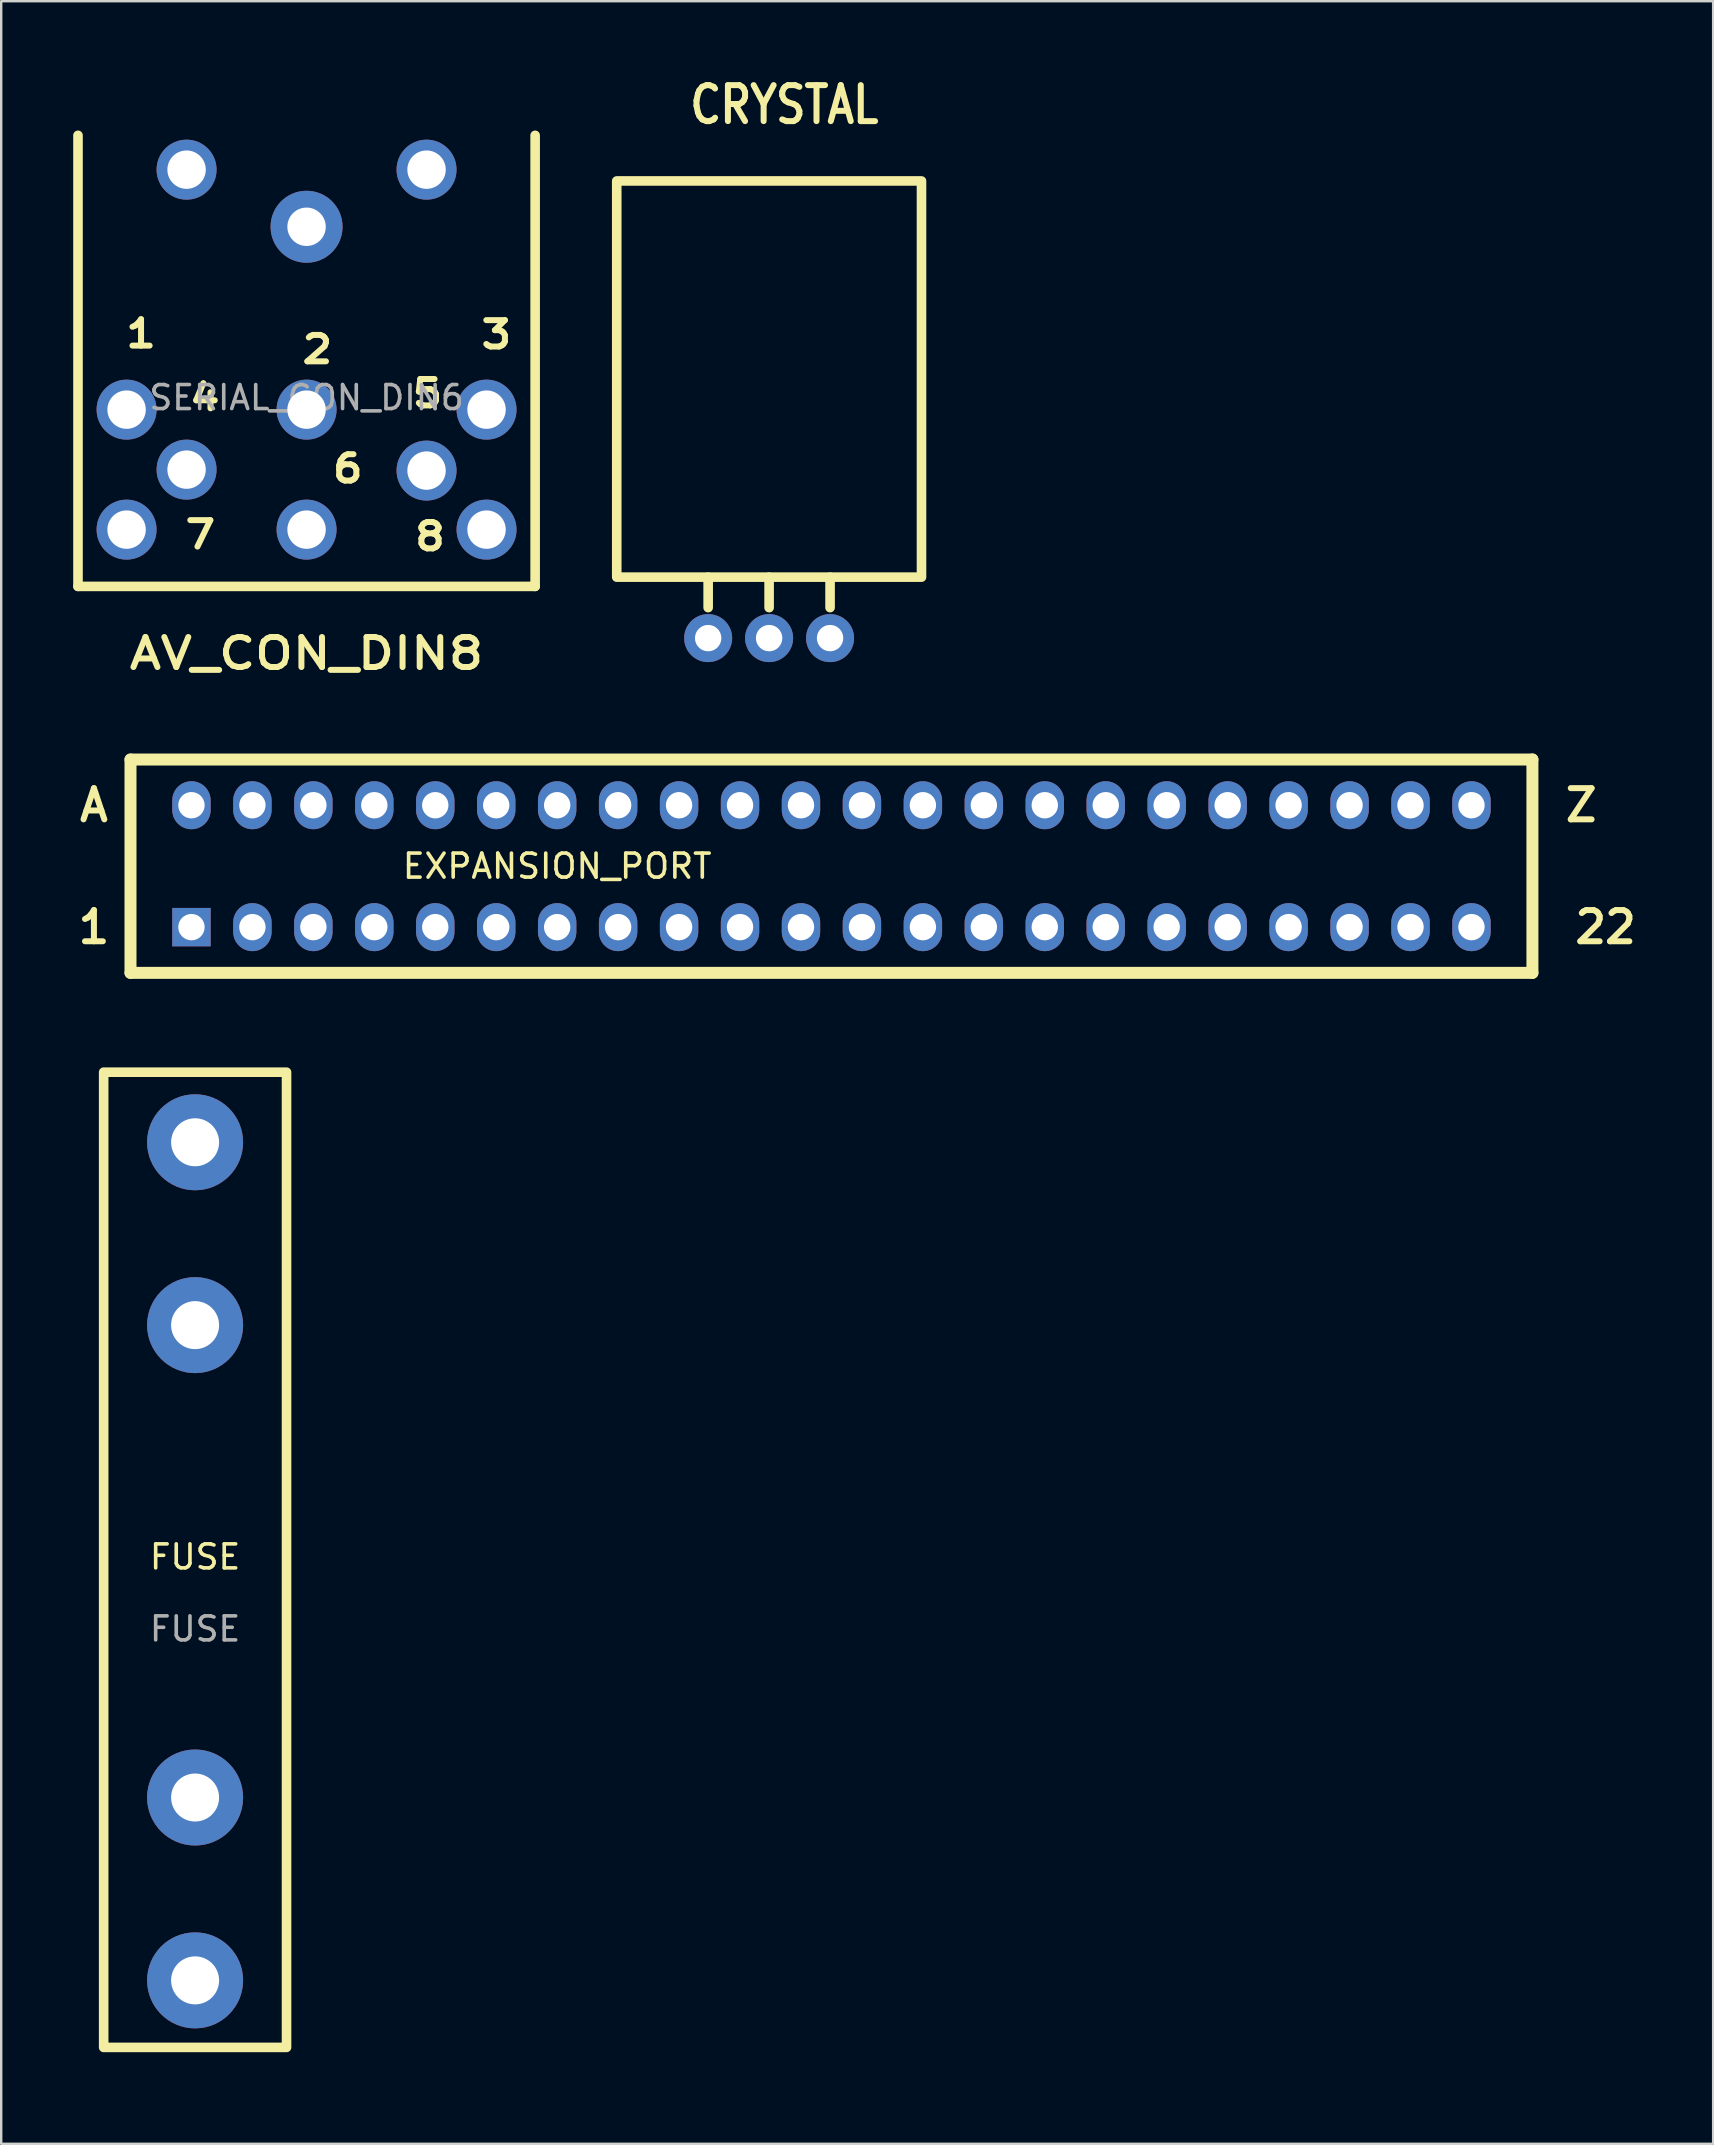
<source format=kicad_pcb>
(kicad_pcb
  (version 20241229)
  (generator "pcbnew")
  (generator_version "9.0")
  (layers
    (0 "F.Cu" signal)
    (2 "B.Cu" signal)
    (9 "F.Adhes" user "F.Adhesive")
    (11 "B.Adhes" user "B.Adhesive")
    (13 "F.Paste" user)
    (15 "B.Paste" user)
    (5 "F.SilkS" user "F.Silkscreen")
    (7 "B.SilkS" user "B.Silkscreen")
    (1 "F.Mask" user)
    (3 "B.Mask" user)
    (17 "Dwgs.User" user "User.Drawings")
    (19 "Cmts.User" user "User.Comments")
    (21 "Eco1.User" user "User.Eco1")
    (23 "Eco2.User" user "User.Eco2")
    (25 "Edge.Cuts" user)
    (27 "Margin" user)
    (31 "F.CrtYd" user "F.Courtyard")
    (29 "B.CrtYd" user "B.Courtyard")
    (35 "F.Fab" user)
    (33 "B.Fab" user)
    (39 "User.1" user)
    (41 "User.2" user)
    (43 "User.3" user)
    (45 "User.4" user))
  (footprint "AV_CON_DIN8"
    (layer "F.Cu")
    (at 9.725 14.02)
    (property "Reference" "AV_CON_DIN8" (at 0 10.16 0) (layer "F.SilkS") (effects (font (size 1.25 1.5) (thickness 0.25) (bold yes))))
    (attr through_hole)
    (fp_circle (center 0 -7.62) (end 1.905 -7.62) (stroke (width 0.1) (type solid)) (fill yes) (layer "F.Mask"))
    (fp_poly (pts (xy -6.731 -13.952) (xy -6.731 -7.211) (xy 6.729 -7.208) (xy 6.731 -13.97)) (stroke (width 0.1) (type solid)) (fill yes) (layer "F.Mask"))
    (fp_line (start -9.525 -11.43) (end -9.525 7.366) (stroke (width 0.4) (type solid)) (layer "F.SilkS"))
    (fp_line (start -9.525 7.366) (end 9.525 7.366) (stroke (width 0.4) (type solid)) (layer "F.SilkS"))
    (fp_line (start 9.525 7.366) (end 9.525 -11.43) (stroke (width 0.4) (type solid)) (layer "F.SilkS"))
    (fp_text user "3" (at 7.148 -2.483 0) (unlocked yes) (layer "F.SilkS") (effects (font (size 1.1 1.25) (thickness 0.25) (bold yes)) (justify left bottom)))
    (fp_text user "6" (at 0.957 3.105 0) (unlocked yes) (layer "F.SilkS") (effects (font (size 1.1 1.25) (thickness 0.25) (bold yes)) (justify left bottom)))
    (fp_text user "8" (at 4.384 5.93 0) (unlocked yes) (layer "F.SilkS") (effects (font (size 1.1 1.25) (thickness 0.25) (bold yes)) (justify left bottom)))
    (fp_text user "2" (at -0.309 -1.866 0) (unlocked yes) (layer "F.SilkS") (effects (font (size 1.1 1.25) (thickness 0.25) (bold yes)) (justify left bottom)))
    (fp_text user "5" (at 4.276 -0.029 0) (unlocked yes) (layer "F.SilkS") (effects (font (size 1.1 1.25) (thickness 0.25) (bold yes)) (justify left bottom)))
    (fp_text user "1" (at -7.657 -2.52 0) (unlocked yes) (layer "F.SilkS") (effects (font (size 1.1 1.25) (thickness 0.25) (bold yes)) (justify left bottom)))
    (fp_text user "7" (at -5.187 5.853 0) (unlocked yes) (layer "F.SilkS") (effects (font (size 1.1 1.25) (thickness 0.25) (bold yes)) (justify left bottom)))
    (fp_text user "4" (at -5.002 0.079 0) (unlocked yes) (layer "F.SilkS") (effects (font (size 1 1.25) (thickness 0.25) (bold yes)) (justify left bottom)))
    (fp_text user "SERIAL_CON_DIN6" (at 0 -0.5 0) (layer "F.Fab") (effects (font (size 1 1) (thickness 0.15))))
    (pad "1" thru_hole circle (at -7.5 0) (size 2.5 2.5) (drill 1.6) (layers "*.Cu" "*.Mask"))
    (pad "2" thru_hole circle (at -5 -10) (size 2.5 2.5) (drill 1.6) (layers "*.Cu" "*.Mask"))
    (pad "2" thru_hole circle (at 0 -7.62) (size 3 3) (drill 1.6) (layers "*.Cu" "*.Mask"))
    (pad "2" thru_hole circle (at 0 0) (size 2.5 2.5) (drill 1.6) (layers "*.Cu" "*.Mask"))
    (pad "2" thru_hole circle (at 5 -10) (size 2.5 2.5) (drill 1.6) (layers "*.Cu" "*.Mask"))
    (pad "3" thru_hole circle (at 7.5 0) (size 2.5 2.5) (drill 1.6) (layers "*.Cu" "*.Mask"))
    (pad "4" thru_hole circle (at -5 2.5) (size 2.5 2.5) (drill 1.6) (layers "*.Cu" "*.Mask"))
    (pad "5" thru_hole circle (at 5 2.54) (size 2.5 2.5) (drill 1.6) (layers "*.Cu" "*.Mask"))
    (pad "6" thru_hole circle (at 0 5) (size 2.5 2.5) (drill 1.6) (layers "*.Cu" "*.Mask"))
    (pad "7" thru_hole circle (at -7.5 5) (size 2.5 2.5) (drill 1.6) (layers "*.Cu" "*.Mask"))
    (pad "8" thru_hole circle (at 7.5 5) (size 2.5 2.5) (drill 1.6) (layers "*.Cu" "*.Mask")))
  (footprint "EXPANSION_PORT"
    (layer "F.Cu")
    (at 4.928 35.585)
    (property "Reference" "EXPANSION_PORT" (at 15.24 -2.54 0) (layer "F.SilkS") (effects (font (size 1 1) (thickness 0.15))))
    (attr through_hole)
    (fp_line (start -2.54 -6.985) (end -2.54 1.905) (stroke (width 0.5) (type solid)) (layer "F.SilkS"))
    (fp_line (start -2.54 -6.985) (end 55.88 -6.985) (stroke (width 0.5) (type solid)) (layer "F.SilkS"))
    (fp_line (start -2.54 1.905) (end 55.88 1.905) (stroke (width 0.5) (type solid)) (layer "F.SilkS"))
    (fp_line (start 55.88 -6.985) (end 55.88 1.905) (stroke (width 0.5) (type solid)) (layer "F.SilkS"))
    (fp_text user "A" (at -4.064 -5.08 0) (layer "F.SilkS") (effects (font (size 1.3 1.3) (thickness 0.25) (bold yes))))
    (fp_text user "Z" (at 57.912 -5.08 0) (layer "F.SilkS") (effects (font (size 1.3 1.3) (thickness 0.25))))
    (fp_text user "1" (at -4.064 0 0) (layer "F.SilkS") (effects (font (size 1.3 1.3) (thickness 0.25) (bold yes))))
    (fp_text user "22" (at 58.928 0 0) (layer "F.SilkS") (effects (font (size 1.3 1.3) (thickness 0.25) (bold yes))))
    (pad "1" thru_hole rect (at 0 0) (size 1.6 1.6) (drill 1.1) (layers "*.Cu" "*.Mask"))
    (pad "2" thru_hole oval (at 2.54 0) (size 1.6 2) (drill 1.1) (layers "*.Cu" "*.Mask"))
    (pad "3" thru_hole oval (at 5.08 0) (size 1.6 2) (drill 1.1) (layers "*.Cu" "*.Mask"))
    (pad "4" thru_hole oval (at 7.62 0) (size 1.6 2) (drill 1.1) (layers "*.Cu" "*.Mask"))
    (pad "5" thru_hole oval (at 10.16 0) (size 1.6 2) (drill 1.1) (layers "*.Cu" "*.Mask"))
    (pad "6" thru_hole oval (at 12.7 0) (size 1.6 2) (drill 1.1) (layers "*.Cu" "*.Mask"))
    (pad "7" thru_hole oval (at 15.24 0) (size 1.6 2) (drill 1.1) (layers "*.Cu" "*.Mask"))
    (pad "8" thru_hole oval (at 17.78 0) (size 1.6 2) (drill 1.1) (layers "*.Cu" "*.Mask"))
    (pad "9" thru_hole oval (at 20.32 0) (size 1.6 2) (drill 1.1) (layers "*.Cu" "*.Mask"))
    (pad "10" thru_hole oval (at 22.86 0) (size 1.6 2) (drill 1.1) (layers "*.Cu" "*.Mask"))
    (pad "11" thru_hole oval (at 25.4 0) (size 1.6 2) (drill 1.1) (layers "*.Cu" "*.Mask"))
    (pad "12" thru_hole oval (at 27.94 0) (size 1.6 2) (drill 1.1) (layers "*.Cu" "*.Mask"))
    (pad "13" thru_hole oval (at 30.48 0) (size 1.6 2) (drill 1.1) (layers "*.Cu" "*.Mask"))
    (pad "14" thru_hole oval (at 33.02 0) (size 1.6 2) (drill 1.1) (layers "*.Cu" "*.Mask"))
    (pad "15" thru_hole oval (at 35.56 0) (size 1.6 2) (drill 1.1) (layers "*.Cu" "*.Mask"))
    (pad "16" thru_hole oval (at 38.1 0) (size 1.6 2) (drill 1.1) (layers "*.Cu" "*.Mask"))
    (pad "17" thru_hole oval (at 40.64 0) (size 1.6 2) (drill 1.1) (layers "*.Cu" "*.Mask"))
    (pad "18" thru_hole oval (at 43.18 0) (size 1.6 2) (drill 1.1) (layers "*.Cu" "*.Mask"))
    (pad "19" thru_hole oval (at 45.72 0) (size 1.6 2) (drill 1.1) (layers "*.Cu" "*.Mask"))
    (pad "20" thru_hole oval (at 48.26 0) (size 1.6 2) (drill 1.1) (layers "*.Cu" "*.Mask"))
    (pad "21" thru_hole oval (at 50.8 0) (size 1.6 2) (drill 1.1) (layers "*.Cu" "*.Mask"))
    (pad "22" thru_hole oval (at 53.34 0) (size 1.6 2) (drill 1.1) (layers "*.Cu" "*.Mask"))
    (pad "A" thru_hole oval (at 0 -5.08) (size 1.6 2) (drill 1.1) (layers "*.Cu" "*.Mask"))
    (pad "B" thru_hole oval (at 2.54 -5.08) (size 1.6 2) (drill 1.1) (layers "*.Cu" "*.Mask"))
    (pad "C" thru_hole oval (at 5.08 -5.08) (size 1.6 2) (drill 1.1) (layers "*.Cu" "*.Mask"))
    (pad "D" thru_hole oval (at 7.62 -5.08) (size 1.6 2) (drill 1.1) (layers "*.Cu" "*.Mask"))
    (pad "E" thru_hole oval (at 10.16 -5.08) (size 1.6 2) (drill 1.1) (layers "*.Cu" "*.Mask"))
    (pad "F" thru_hole oval (at 12.7 -5.08) (size 1.6 2) (drill 1.1) (layers "*.Cu" "*.Mask"))
    (pad "H" thru_hole oval (at 15.24 -5.08) (size 1.6 2) (drill 1.1) (layers "*.Cu" "*.Mask"))
    (pad "J" thru_hole oval (at 17.78 -5.08) (size 1.6 2) (drill 1.1) (layers "*.Cu" "*.Mask"))
    (pad "K" thru_hole oval (at 20.32 -5.08) (size 1.6 2) (drill 1.1) (layers "*.Cu" "*.Mask"))
    (pad "L" thru_hole oval (at 22.86 -5.08) (size 1.6 2) (drill 1.1) (layers "*.Cu" "*.Mask"))
    (pad "M" thru_hole oval (at 25.4 -5.08) (size 1.6 2) (drill 1.1) (layers "*.Cu" "*.Mask"))
    (pad "N" thru_hole oval (at 27.94 -5.08) (size 1.6 2) (drill 1.1) (layers "*.Cu" "*.Mask"))
    (pad "P" thru_hole oval (at 30.48 -5.08) (size 1.6 2) (drill 1.1) (layers "*.Cu" "*.Mask"))
    (pad "R" thru_hole oval (at 33.02 -5.08) (size 1.6 2) (drill 1.1) (layers "*.Cu" "*.Mask"))
    (pad "S" thru_hole oval (at 35.56 -5.08) (size 1.6 2) (drill 1.1) (layers "*.Cu" "*.Mask"))
    (pad "T" thru_hole oval (at 38.1 -5.08) (size 1.6 2) (drill 1.1) (layers "*.Cu" "*.Mask"))
    (pad "U" thru_hole oval (at 40.64 -5.08) (size 1.6 2) (drill 1.1) (layers "*.Cu" "*.Mask"))
    (pad "V" thru_hole oval (at 43.18 -5.08) (size 1.6 2) (drill 1.1) (layers "*.Cu" "*.Mask"))
    (pad "W" thru_hole oval (at 45.72 -5.08) (size 1.6 2) (drill 1.1) (layers "*.Cu" "*.Mask"))
    (pad "X" thru_hole oval (at 48.26 -5.08) (size 1.6 2) (drill 1.1) (layers "*.Cu" "*.Mask"))
    (pad "Y" thru_hole oval (at 50.8 -5.08) (size 1.6 2) (drill 1.1) (layers "*.Cu" "*.Mask"))
    (pad "Z" thru_hole oval (at 53.34 -5.08) (size 1.6 2) (drill 1.1) (layers "*.Cu" "*.Mask")))
  (footprint "CRYSTAL"
    (layer "F.Cu")
    (at 29 23.541)
    (property "Reference" "CRYSTAL" (at 0.635 -22.225 0) (layer "F.SilkS") (effects (font (size 1.5 1.25) (thickness 0.25))))
    (attr through_hole)
    (fp_rect (start -5.715 -18.415) (end 5.715 -3.175) (stroke (width 0.1) (type solid)) (fill yes) (layer "F.Mask"))
    (fp_line (start -2.54 -1.27) (end -2.54 -2.54) (stroke (width 0.4) (type default)) (layer "F.SilkS"))
    (fp_line (start 0 -1.27) (end 0 -2.54) (stroke (width 0.4) (type default)) (layer "F.SilkS"))
    (fp_line (start 2.54 -1.27) (end 2.54 -2.54) (stroke (width 0.4) (type default)) (layer "F.SilkS"))
    (fp_rect (start -6.35 -19.05) (end 6.35 -2.54) (stroke (width 0.4) (type default)) (fill no) (layer "F.SilkS"))
    (pad "1" thru_hole circle (at 2.54 0 90) (size 2 2) (drill 1.1) (layers "*.Cu" "*.Mask"))
    (pad "2" thru_hole circle (at -2.54 0 90) (size 2 2) (drill 1.1) (layers "*.Cu" "*.Mask"))
    (pad "3" thru_hole circle (at 0 0 90) (size 2 2) (drill 1.1) (layers "*.Cu" "*.Mask")))
  (footprint "FUSE"
    (layer "F.Cu")
    (at 5.08 62.33)
    (property "Reference" "FUSE" (at 0 -0.5 0) (unlocked yes) (layer "F.SilkS") (effects (font (size 1 1) (thickness 0.15))))
    (attr through_hole)
    (fp_rect (start -3.81 -20.701) (end 3.81 19.939) (stroke (width 0.4) (type default)) (fill no) (layer "F.SilkS"))
    (fp_text user "${REFERENCE}" (at 0 2.5 0) (unlocked yes) (layer "F.Fab") (effects (font (size 1 1) (thickness 0.15))))
    (pad "1" thru_hole circle (at 0 -17.78) (size 4 4) (drill 2) (layers "*.Cu" "*.Mask"))
    (pad "1" thru_hole circle (at 0 -10.16) (size 4 4) (drill 2) (layers "*.Cu" "*.Mask"))
    (pad "2" thru_hole circle (at 0 9.525) (size 4 4) (drill 2) (layers "*.Cu" "*.Mask"))
    (pad "2" thru_hole circle (at 0 17.145) (size 4 4) (drill 2) (layers "*.Cu" "*.Mask"))
    (zone (net_name "") (layer "F.Cu") (hatch edge 0.508) (connect_pads) (min_thickness 0.254) (filled_areas_thickness no) (keepout (tracks allowed) (vias allowed) (pads allowed) (copperpour not_allowed) (footprints allowed)) (placement (enabled no)) (fill (island_removal_mode 2) (island_area_min 10)) (polygon (pts (xy 0 47.09) (xy 0 42.645) (xy 1.905 40.74) (xy 8.255 40.74) (xy 10.16 42.645) (xy 10.16 54.075) (xy 8.255 55.98) (xy 1.905 55.98) (xy 0 54.075))))
    (zone (net_name "") (layer "F.Cu") (hatch edge 0.508) (connect_pads) (min_thickness 0.254) (filled_areas_thickness no) (keepout (tracks allowed) (vias allowed) (pads allowed) (copperpour not_allowed) (footprints allowed)) (placement (enabled no)) (fill (island_removal_mode 2) (island_area_min 10)) (polygon (pts (xy 1.27 74.395) (xy 1.27 69.95) (xy 3.175 68.045) (xy 6.985 68.045) (xy 8.89 69.95) (xy 8.89 81.38) (xy 6.985 83.285) (xy 3.175 83.285) (xy 1.27 81.38)))))
  (gr_rect
    (start -3 -3)
    (end 68.339 86.285)
    (stroke (width 0.1) (type default))
    (fill no)
    (layer "Edge.Cuts")))
</source>
